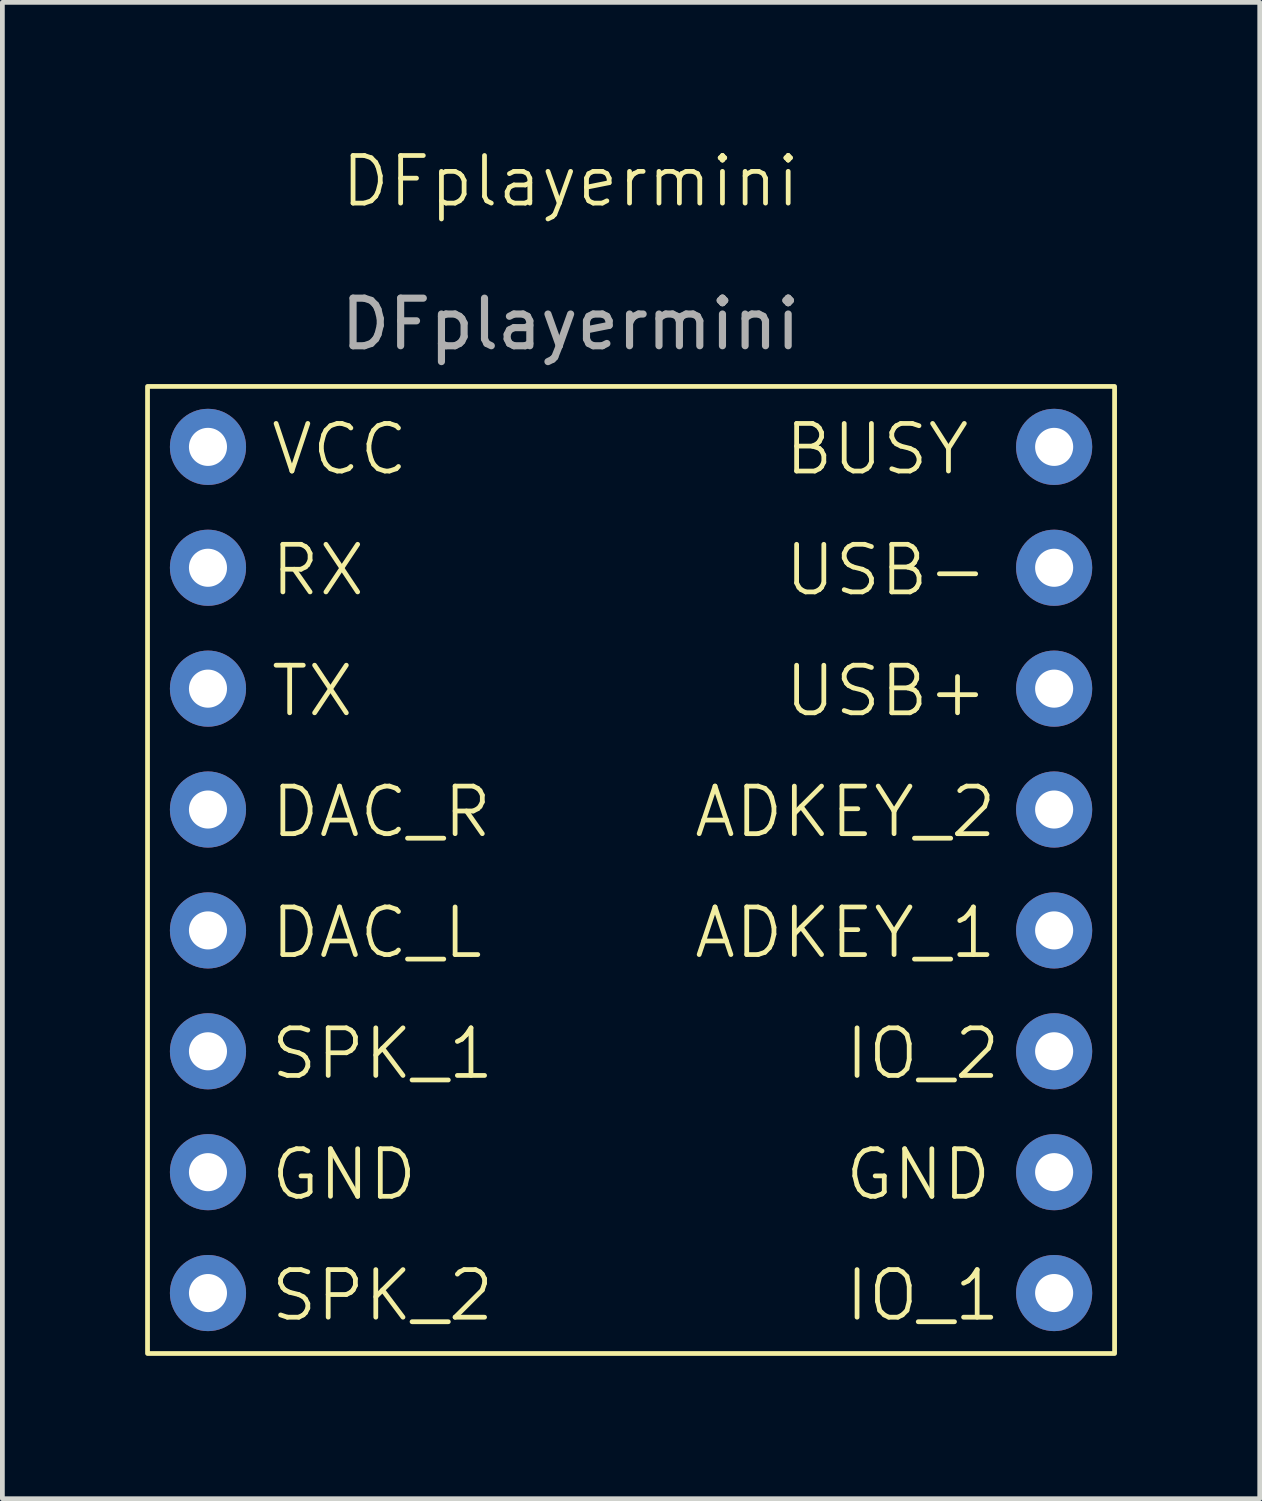
<source format=kicad_pcb>
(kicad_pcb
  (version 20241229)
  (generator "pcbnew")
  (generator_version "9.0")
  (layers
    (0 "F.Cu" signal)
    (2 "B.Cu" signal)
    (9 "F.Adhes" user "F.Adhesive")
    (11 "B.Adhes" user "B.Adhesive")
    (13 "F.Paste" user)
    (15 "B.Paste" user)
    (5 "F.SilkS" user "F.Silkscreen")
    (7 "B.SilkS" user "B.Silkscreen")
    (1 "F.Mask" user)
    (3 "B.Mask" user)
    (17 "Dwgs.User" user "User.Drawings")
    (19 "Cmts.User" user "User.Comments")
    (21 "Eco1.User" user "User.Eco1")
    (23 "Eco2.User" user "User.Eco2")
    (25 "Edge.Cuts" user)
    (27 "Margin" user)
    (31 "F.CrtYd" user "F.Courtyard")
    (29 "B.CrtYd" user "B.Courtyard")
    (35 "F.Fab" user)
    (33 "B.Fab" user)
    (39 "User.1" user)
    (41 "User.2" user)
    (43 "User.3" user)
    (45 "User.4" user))
  (footprint "DFplayermini"
    (layer "F.Cu")
    (at 8.94 1.26)
    (property "Reference" "DFplayermini" (at 0 -0.5 0) (unlocked yes) (layer "F.SilkS") (effects (font (size 1 1) (thickness 0.1))))
    (attr through_hole)
    (fp_rect (start -8.89 3.81) (end 11.43 24.13) (stroke (width 0.1) (type default)) (fill no) (layer "F.SilkS"))
    (fp_text user "USB-" (at 4.445 8.255 0) (unlocked yes) (layer "F.SilkS") (effects (font (size 1 1) (thickness 0.1)) (justify left bottom)))
    (fp_text user "DAC_R" (at -6.35 13.335 0) (unlocked yes) (layer "F.SilkS") (effects (font (size 1 1) (thickness 0.1)) (justify left bottom)))
    (fp_text user "DAC_L" (at -6.35 15.875 0) (unlocked yes) (layer "F.SilkS") (effects (font (size 1 1) (thickness 0.1)) (justify left bottom)))
    (fp_text user "VCC" (at -6.35 5.715 0) (unlocked yes) (layer "F.SilkS") (effects (font (size 1 1) (thickness 0.1)) (justify left bottom)))
    (fp_text user "USB+" (at 4.445 10.795 0) (unlocked yes) (layer "F.SilkS") (effects (font (size 1 1) (thickness 0.1)) (justify left bottom)))
    (fp_text user "GND" (at -6.35 20.955 0) (unlocked yes) (layer "F.SilkS") (effects (font (size 1 1) (thickness 0.1)) (justify left bottom)))
    (fp_text user "GND" (at 5.715 20.955 0) (unlocked yes) (layer "F.SilkS") (effects (font (size 1 1) (thickness 0.1)) (justify left bottom)))
    (fp_text user "IO_2" (at 5.715 18.415 0) (unlocked yes) (layer "F.SilkS") (effects (font (size 1 1) (thickness 0.1)) (justify left bottom)))
    (fp_text user "TX" (at -6.35 10.795 0) (unlocked yes) (layer "F.SilkS") (effects (font (size 1 1) (thickness 0.1)) (justify left bottom)))
    (fp_text user "BUSY" (at 4.445 5.715 0) (unlocked yes) (layer "F.SilkS") (effects (font (size 1 1) (thickness 0.1)) (justify left bottom)))
    (fp_text user "IO_1" (at 5.715 23.495 0) (unlocked yes) (layer "F.SilkS") (effects (font (size 1 1) (thickness 0.1)) (justify left bottom)))
    (fp_text user "ADKEY_1" (at 2.54 15.875 0) (unlocked yes) (layer "F.SilkS") (effects (font (size 1 1) (thickness 0.1)) (justify left bottom)))
    (fp_text user "RX" (at -6.35 8.255 0) (unlocked yes) (layer "F.SilkS") (effects (font (size 1 1) (thickness 0.1)) (justify left bottom)))
    (fp_text user "ADKEY_2" (at 2.54 13.335 0) (unlocked yes) (layer "F.SilkS") (effects (font (size 1 1) (thickness 0.1)) (justify left bottom)))
    (fp_text user "SPK_1" (at -6.35 18.415 0) (unlocked yes) (layer "F.SilkS") (effects (font (size 1 1) (thickness 0.1)) (justify left bottom)))
    (fp_text user "SPK_2" (at -6.35 23.495 0) (unlocked yes) (layer "F.SilkS") (effects (font (size 1 1) (thickness 0.1)) (justify left bottom)))
    (fp_text user "${REFERENCE}" (at 0 2.5 0) (unlocked yes) (layer "F.Fab") (effects (font (size 1 1) (thickness 0.15))))
    (pad "1" thru_hole circle (at -7.62 5.08) (size 1.6 1.6) (drill 0.8) (layers "*.Cu" "*.Mask"))
    (pad "2" thru_hole circle (at -7.62 7.62) (size 1.6 1.6) (drill 0.8) (layers "*.Cu" "*.Mask"))
    (pad "3" thru_hole circle (at -7.62 10.16) (size 1.6 1.6) (drill 0.8) (layers "*.Cu" "*.Mask"))
    (pad "4" thru_hole circle (at -7.62 12.7) (size 1.6 1.6) (drill 0.8) (layers "*.Cu" "*.Mask"))
    (pad "5" thru_hole circle (at -7.62 15.24) (size 1.6 1.6) (drill 0.8) (layers "*.Cu" "*.Mask"))
    (pad "6" thru_hole circle (at -7.62 17.78) (size 1.6 1.6) (drill 0.8) (layers "*.Cu" "*.Mask"))
    (pad "7" thru_hole circle (at -7.62 20.32) (size 1.6 1.6) (drill 0.8) (layers "*.Cu" "*.Mask"))
    (pad "8" thru_hole circle (at -7.62 22.86) (size 1.6 1.6) (drill 0.8) (layers "*.Cu" "*.Mask"))
    (pad "9" thru_hole circle (at 10.16 22.86) (size 1.6 1.6) (drill 0.8) (layers "*.Cu" "*.Mask"))
    (pad "10" thru_hole circle (at 10.16 20.32) (size 1.6 1.6) (drill 0.8) (layers "*.Cu" "*.Mask"))
    (pad "11" thru_hole circle (at 10.16 17.78) (size 1.6 1.6) (drill 0.8) (layers "*.Cu" "*.Mask"))
    (pad "12" thru_hole circle (at 10.16 15.24) (size 1.6 1.6) (drill 0.8) (layers "*.Cu" "*.Mask"))
    (pad "13" thru_hole circle (at 10.16 12.7) (size 1.6 1.6) (drill 0.8) (layers "*.Cu" "*.Mask"))
    (pad "14" thru_hole circle (at 10.16 10.16) (size 1.6 1.6) (drill 0.8) (layers "*.Cu" "*.Mask"))
    (pad "15" thru_hole circle (at 10.16 7.62) (size 1.6 1.6) (drill 0.8) (layers "*.Cu" "*.Mask"))
    (pad "16" thru_hole circle (at 10.16 5.08) (size 1.6 1.6) (drill 0.8) (layers "*.Cu" "*.Mask")))
  (gr_rect
    (start -3 -3)
    (end 23.42 28.441)
    (stroke (width 0.1) (type default))
    (fill no)
    (layer "Edge.Cuts")))
</source>
